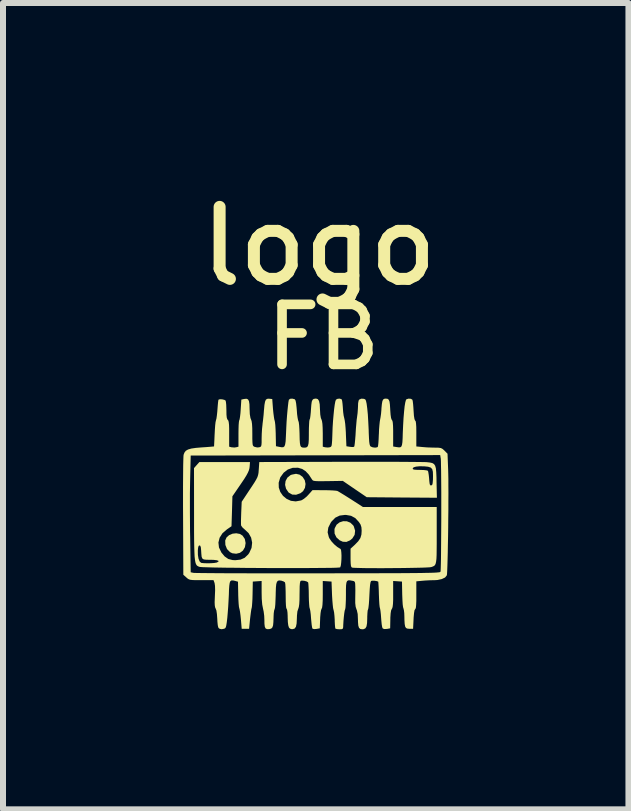
<source format=kicad_pcb>
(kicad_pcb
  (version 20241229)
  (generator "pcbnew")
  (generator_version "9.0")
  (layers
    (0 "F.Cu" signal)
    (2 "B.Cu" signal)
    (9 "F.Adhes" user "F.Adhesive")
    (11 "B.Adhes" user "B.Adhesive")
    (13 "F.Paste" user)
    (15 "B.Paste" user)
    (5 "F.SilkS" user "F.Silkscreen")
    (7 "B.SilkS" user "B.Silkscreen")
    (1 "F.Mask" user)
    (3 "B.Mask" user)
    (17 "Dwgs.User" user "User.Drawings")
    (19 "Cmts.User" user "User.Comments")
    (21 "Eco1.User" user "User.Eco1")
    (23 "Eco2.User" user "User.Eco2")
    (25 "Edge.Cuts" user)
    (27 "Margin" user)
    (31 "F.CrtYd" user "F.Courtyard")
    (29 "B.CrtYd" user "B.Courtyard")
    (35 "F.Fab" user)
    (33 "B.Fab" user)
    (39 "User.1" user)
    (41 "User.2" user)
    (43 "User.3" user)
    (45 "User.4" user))
  (footprint "logo"
    (layer "F.Cu")
    (at 2.267 5.553)
    (property "Reference" "logo" (at 0 -4.5 0) (layer "F.SilkS") (effects (font (size 1.2 1.2) (thickness 0.2) (bold yes))))
    (attr board_only exclude_from_pos_files exclude_from_bom)
    (fp_poly (pts (xy -1.32 0.295) (xy -1.275 0.323) (xy -1.237 0.379) (xy -1.224 0.447) (xy -1.235 0.515) (xy -1.268 0.572) (xy -1.319 0.61) (xy -1.381 0.625) (xy -1.446 0.617) (xy -1.484 0.598) (xy -1.534 0.547) (xy -1.561 0.479) (xy -1.564 0.405) (xy -1.542 0.354) (xy -1.499 0.315) (xy -1.442 0.291) (xy -1.38 0.284)) (stroke (width 0) (type solid)) (fill yes) (layer "F.SilkS"))
    (fp_poly (pts (xy -0.324 -0.693) (xy -0.274 -0.656) (xy -0.238 -0.6) (xy -0.225 -0.537) (xy -0.235 -0.473) (xy -0.266 -0.418) (xy -0.309 -0.384) (xy -0.382 -0.358) (xy -0.447 -0.361) (xy -0.504 -0.393) (xy -0.51 -0.399) (xy -0.55 -0.458) (xy -0.566 -0.523) (xy -0.558 -0.587) (xy -0.528 -0.643) (xy -0.477 -0.684) (xy -0.455 -0.693) (xy -0.384 -0.707)) (stroke (width 0) (type solid)) (fill yes) (layer "F.SilkS"))
    (fp_poly (pts (xy 0.463 0.084) (xy 0.521 0.107) (xy 0.568 0.151) (xy 0.579 0.169) (xy 0.601 0.241) (xy 0.593 0.309) (xy 0.556 0.369) (xy 0.516 0.402) (xy 0.456 0.428) (xy 0.396 0.425) (xy 0.343 0.401) (xy 0.289 0.352) (xy 0.259 0.289) (xy 0.257 0.219) (xy 0.262 0.198) (xy 0.293 0.14) (xy 0.342 0.102) (xy 0.401 0.083)) (stroke (width 0) (type solid)) (fill yes) (layer "F.SilkS"))
    (fp_poly (pts (xy 0.942 -0.907) (xy 1.117 -0.907) (xy 1.277 -0.907) (xy 1.42 -0.906) (xy 1.544 -0.905) (xy 1.646 -0.904) (xy 1.724 -0.903) (xy 1.775 -0.902) (xy 1.795 -0.901) (xy 1.848 -0.895) (xy 1.888 -0.886) (xy 1.916 -0.869) (xy 1.935 -0.841) (xy 1.947 -0.798) (xy 1.953 -0.734) (xy 1.957 -0.647) (xy 1.958 -0.572) (xy 1.964 -0.308) (xy 1.379 -0.312) (xy 0.795 -0.317) (xy 0.595 -0.453) (xy 0.396 -0.589) (xy 0.149 -0.585) (xy 0.055 -0.584) (xy -0.012 -0.584) (xy -0.058 -0.586) (xy -0.087 -0.59) (xy -0.104 -0.597) (xy -0.113 -0.607) (xy -0.115 -0.609) (xy -0.17 -0.693) (xy -0.224 -0.751) (xy -0.281 -0.788) (xy -0.303 -0.794) (xy 1.56 -0.794) (xy 1.566 -0.783) (xy 1.589 -0.776) (xy 1.633 -0.773) (xy 1.682 -0.772) (xy 1.744 -0.77) (xy 1.79 -0.765) (xy 1.814 -0.757) (xy 1.815 -0.756) (xy 1.821 -0.732) (xy 1.828 -0.688) (xy 1.833 -0.644) (xy 1.837 -0.59) (xy 1.842 -0.548) (xy 1.846 -0.529) (xy 1.861 -0.511) (xy 1.881 -0.519) (xy 1.89 -0.534) (xy 1.894 -0.561) (xy 1.898 -0.609) (xy 1.899 -0.667) (xy 1.899 -0.671) (xy 1.897 -0.74) (xy 1.886 -0.785) (xy 1.861 -0.811) (xy 1.817 -0.825) (xy 1.759 -0.831) (xy 1.681 -0.833) (xy 1.618 -0.827) (xy 1.576 -0.815) (xy 1.56 -0.796) (xy 1.56 -0.794) (xy -0.303 -0.794) (xy -0.346 -0.807) (xy -0.351 -0.808) (xy -0.438 -0.807) (xy -0.52 -0.779) (xy -0.59 -0.725) (xy -0.645 -0.649) (xy -0.649 -0.64) (xy -0.673 -0.558) (xy -0.671 -0.478) (xy -0.646 -0.404) (xy -0.601 -0.34) (xy -0.541 -0.29) (xy -0.469 -0.257) (xy -0.389 -0.247) (xy -0.306 -0.262) (xy -0.288 -0.268) (xy -0.251 -0.291) (xy -0.205 -0.329) (xy -0.174 -0.362) (xy -0.109 -0.435) (xy 0.083 -0.434) (xy 0.159 -0.433) (xy 0.226 -0.43) (xy 0.276 -0.426) (xy 0.303 -0.422) (xy 0.303 -0.422) (xy 0.326 -0.41) (xy 0.369 -0.384) (xy 0.428 -0.348) (xy 0.496 -0.305) (xy 0.531 -0.283) (xy 0.731 -0.154) (xy 1.346 -0.154) (xy 1.961 -0.154) (xy 1.961 0.314) (xy 1.961 0.451) (xy 1.96 0.562) (xy 1.959 0.647) (xy 1.956 0.712) (xy 1.95 0.76) (xy 1.942 0.793) (xy 1.931 0.815) (xy 1.915 0.829) (xy 1.896 0.838) (xy 1.871 0.847) (xy 1.87 0.847) (xy 1.844 0.851) (xy 1.792 0.854) (xy 1.717 0.857) (xy 1.624 0.859) (xy 1.517 0.861) (xy 1.399 0.863) (xy 1.275 0.864) (xy 1.149 0.865) (xy 1.025 0.866) (xy 0.907 0.865) (xy 0.799 0.865) (xy 0.705 0.863) (xy 0.63 0.861) (xy 0.577 0.859) (xy 0.55 0.856) (xy 0.549 0.855) (xy 0.538 0.846) (xy 0.531 0.823) (xy 0.527 0.783) (xy 0.525 0.719) (xy 0.525 0.693) (xy 0.525 0.541) (xy 0.596 0.476) (xy 0.653 0.417) (xy 0.689 0.363) (xy 0.706 0.305) (xy 0.71 0.242) (xy 0.706 0.183) (xy 0.691 0.137) (xy 0.664 0.096) (xy 0.604 0.031) (xy 0.534 -0.007) (xy 0.448 -0.022) (xy 0.432 -0.022) (xy 0.344 -0.011) (xy 0.271 0.024) (xy 0.209 0.087) (xy 0.195 0.107) (xy 0.154 0.189) (xy 0.143 0.268) (xy 0.163 0.348) (xy 0.174 0.371) (xy 0.207 0.419) (xy 0.253 0.469) (xy 0.304 0.512) (xy 0.349 0.54) (xy 0.357 0.544) (xy 0.366 0.561) (xy 0.371 0.601) (xy 0.374 0.655) (xy 0.373 0.715) (xy 0.369 0.773) (xy 0.363 0.82) (xy 0.354 0.849) (xy 0.351 0.853) (xy 0.331 0.855) (xy 0.284 0.858) (xy 0.212 0.86) (xy 0.117 0.861) (xy 0.004 0.862) (xy -0.126 0.863) (xy -0.268 0.864) (xy -0.421 0.864) (xy -0.581 0.864) (xy -0.746 0.864) (xy -0.912 0.863) (xy -1.076 0.862) (xy -1.235 0.861) (xy -1.387 0.859) (xy -1.529 0.858) (xy -1.657 0.856) (xy -1.768 0.854) (xy -1.861 0.851) (xy -1.931 0.849) (xy -1.975 0.846) (xy -1.991 0.844) (xy -2.01 0.837) (xy -2.027 0.828) (xy -2.041 0.815) (xy -2.052 0.795) (xy -2.061 0.766) (xy -2.068 0.725) (xy -2.074 0.671) (xy -2.077 0.599) (xy -2.078 0.571) (xy -2.02 0.571) (xy -2.019 0.644) (xy -2.009 0.707) (xy -1.99 0.754) (xy -1.966 0.776) (xy -1.965 0.777) (xy -1.924 0.782) (xy -1.867 0.784) (xy -1.804 0.783) (xy -1.747 0.779) (xy -1.707 0.772) (xy -1.703 0.771) (xy -1.675 0.755) (xy -1.677 0.743) (xy -1.705 0.733) (xy -1.759 0.727) (xy -1.815 0.726) (xy -1.88 0.725) (xy -1.921 0.72) (xy -1.945 0.705) (xy -1.957 0.675) (xy -1.962 0.622) (xy -1.965 0.571) (xy -1.97 0.519) (xy -1.979 0.493) (xy -1.992 0.486) (xy -2.007 0.495) (xy -2.016 0.526) (xy -2.02 0.571) (xy -2.078 0.571) (xy -2.08 0.509) (xy -2.082 0.397) (xy -2.083 0.261) (xy -2.083 0.098) (xy -2.083 -0.042) (xy -2.084 -0.802) (xy -2.039 -0.853) (xy -1.994 -0.903) (xy -1.573 -0.903) (xy -1.151 -0.903) (xy -1.156 -0.834) (xy -1.16 -0.8) (xy -1.169 -0.766) (xy -1.185 -0.728) (xy -1.21 -0.681) (xy -1.247 -0.621) (xy -1.299 -0.544) (xy -1.336 -0.49) (xy -1.444 -0.332) (xy -1.451 -0.082) (xy -1.459 0.167) (xy -1.535 0.219) (xy -1.61 0.284) (xy -1.657 0.358) (xy -1.677 0.438) (xy -1.668 0.52) (xy -1.63 0.6) (xy -1.629 0.603) (xy -1.573 0.67) (xy -1.513 0.712) (xy -1.443 0.73) (xy -1.397 0.733) (xy -1.309 0.723) (xy -1.24 0.693) (xy -1.182 0.638) (xy -1.163 0.611) (xy -1.125 0.528) (xy -1.115 0.441) (xy -1.132 0.357) (xy -1.174 0.282) (xy -1.235 0.224) (xy -1.272 0.192) (xy -1.296 0.16) (xy -1.3 0.149) (xy -1.301 0.121) (xy -1.301 0.069) (xy -1.299 0.002) (xy -1.297 -0.063) (xy -1.289 -0.241) (xy -1.172 -0.418) (xy -1.116 -0.502) (xy -1.075 -0.565) (xy -1.046 -0.614) (xy -1.027 -0.652) (xy -1.016 -0.687) (xy -1.009 -0.722) (xy -1.006 -0.763) (xy -1.004 -0.787) (xy -0.996 -0.903) (xy 0.355 -0.907) (xy 0.559 -0.907) (xy 0.755 -0.907)) (stroke (width 0) (type solid)) (fill yes) (layer "F.SilkS"))
    (fp_poly (pts (xy -0.02 -1.951) (xy -0.000454 -1.921) (xy 0.011 -1.866) (xy 0.015 -1.784) (xy 0.016 -1.771) (xy 0.02 -1.695) (xy 0.03 -1.637) (xy 0.039 -1.616) (xy 0.049 -1.586) (xy 0.056 -1.54) (xy 0.06 -1.473) (xy 0.062 -1.381) (xy 0.062 -1.365) (xy 0.062 -1.159) (xy 0.1 -1.149) (xy 0.147 -1.145) (xy 0.177 -1.149) (xy 0.192 -1.154) (xy 0.202 -1.162) (xy 0.21 -1.18) (xy 0.214 -1.212) (xy 0.218 -1.263) (xy 0.221 -1.338) (xy 0.222 -1.37) (xy 0.226 -1.481) (xy 0.233 -1.59) (xy 0.242 -1.692) (xy 0.251 -1.783) (xy 0.261 -1.858) (xy 0.271 -1.912) (xy 0.281 -1.94) (xy 0.281 -1.942) (xy 0.309 -1.957) (xy 0.345 -1.96) (xy 0.375 -1.949) (xy 0.379 -1.944) (xy 0.385 -1.921) (xy 0.391 -1.876) (xy 0.396 -1.818) (xy 0.397 -1.801) (xy 0.402 -1.735) (xy 0.41 -1.676) (xy 0.42 -1.634) (xy 0.421 -1.629) (xy 0.428 -1.596) (xy 0.436 -1.54) (xy 0.442 -1.468) (xy 0.447 -1.388) (xy 0.447 -1.374) (xy 0.456 -1.166) (xy 0.513 -1.157) (xy 0.554 -1.153) (xy 0.581 -1.156) (xy 0.584 -1.157) (xy 0.59 -1.175) (xy 0.596 -1.218) (xy 0.602 -1.279) (xy 0.608 -1.354) (xy 0.609 -1.374) (xy 0.614 -1.459) (xy 0.621 -1.54) (xy 0.627 -1.608) (xy 0.634 -1.655) (xy 0.634 -1.658) (xy 0.642 -1.718) (xy 0.647 -1.788) (xy 0.649 -1.829) (xy 0.651 -1.884) (xy 0.659 -1.925) (xy 0.667 -1.942) (xy 0.702 -1.959) (xy 0.746 -1.957) (xy 0.77 -1.947) (xy 0.782 -1.924) (xy 0.793 -1.874) (xy 0.803 -1.797) (xy 0.813 -1.696) (xy 0.82 -1.575) (xy 0.827 -1.436) (xy 0.828 -1.39) (xy 0.832 -1.302) (xy 0.836 -1.241) (xy 0.842 -1.2) (xy 0.85 -1.175) (xy 0.86 -1.162) (xy 0.86 -1.162) (xy 0.894 -1.148) (xy 0.935 -1.143) (xy 0.969 -1.149) (xy 0.98 -1.158) (xy 0.984 -1.178) (xy 0.989 -1.223) (xy 0.993 -1.286) (xy 0.996 -1.361) (xy 0.997 -1.37) (xy 1 -1.449) (xy 1.006 -1.521) (xy 1.012 -1.578) (xy 1.018 -1.613) (xy 1.018 -1.613) (xy 1.025 -1.65) (xy 1.033 -1.707) (xy 1.039 -1.774) (xy 1.04 -1.798) (xy 1.047 -1.871) (xy 1.056 -1.92) (xy 1.07 -1.947) (xy 1.093 -1.959) (xy 1.112 -1.96) (xy 1.141 -1.957) (xy 1.161 -1.942) (xy 1.174 -1.911) (xy 1.181 -1.86) (xy 1.186 -1.782) (xy 1.186 -1.777) (xy 1.192 -1.693) (xy 1.2 -1.637) (xy 1.211 -1.607) (xy 1.214 -1.604) (xy 1.223 -1.589) (xy 1.229 -1.558) (xy 1.233 -1.506) (xy 1.235 -1.43) (xy 1.235 -1.374) (xy 1.235 -1.162) (xy 1.29 -1.153) (xy 1.327 -1.148) (xy 1.353 -1.149) (xy 1.371 -1.161) (xy 1.382 -1.188) (xy 1.389 -1.234) (xy 1.393 -1.303) (xy 1.395 -1.379) (xy 1.401 -1.515) (xy 1.408 -1.637) (xy 1.417 -1.744) (xy 1.426 -1.832) (xy 1.437 -1.897) (xy 1.448 -1.937) (xy 1.455 -1.948) (xy 1.491 -1.96) (xy 1.53 -1.957) (xy 1.555 -1.942) (xy 1.561 -1.919) (xy 1.567 -1.873) (xy 1.572 -1.811) (xy 1.575 -1.761) (xy 1.581 -1.675) (xy 1.59 -1.62) (xy 1.6 -1.595) (xy 1.602 -1.594) (xy 1.611 -1.581) (xy 1.616 -1.547) (xy 1.62 -1.489) (xy 1.621 -1.404) (xy 1.621 -1.375) (xy 1.621 -1.163) (xy 1.726 -1.153) (xy 1.801 -1.147) (xy 1.885 -1.144) (xy 1.935 -1.143) (xy 1.993 -1.142) (xy 2.031 -1.136) (xy 2.058 -1.122) (xy 2.087 -1.097) (xy 2.091 -1.092) (xy 2.141 -1.042) (xy 2.151 -0.787) (xy 2.153 -0.715) (xy 2.155 -0.621) (xy 2.155 -0.51) (xy 2.156 -0.384) (xy 2.155 -0.248) (xy 2.155 -0.105) (xy 2.153 0.043) (xy 2.152 0.191) (xy 2.15 0.336) (xy 2.147 0.475) (xy 2.145 0.604) (xy 2.142 0.719) (xy 2.139 0.819) (xy 2.136 0.898) (xy 2.133 0.954) (xy 2.13 0.983) (xy 2.129 0.985) (xy 2.1 1.021) (xy 2.046 1.047) (xy 1.972 1.063) (xy 1.919 1.066) (xy 1.853 1.067) (xy 1.776 1.071) (xy 1.726 1.075) (xy 1.621 1.085) (xy 1.621 1.313) (xy 1.621 1.409) (xy 1.618 1.477) (xy 1.614 1.521) (xy 1.607 1.543) (xy 1.602 1.548) (xy 1.591 1.566) (xy 1.583 1.613) (xy 1.576 1.689) (xy 1.575 1.715) (xy 1.567 1.876) (xy 1.506 1.876) (xy 1.473 1.873) (xy 1.45 1.863) (xy 1.435 1.839) (xy 1.427 1.796) (xy 1.423 1.732) (xy 1.422 1.675) (xy 1.42 1.615) (xy 1.414 1.566) (xy 1.407 1.538) (xy 1.406 1.535) (xy 1.4 1.515) (xy 1.394 1.47) (xy 1.39 1.406) (xy 1.387 1.33) (xy 1.386 1.304) (xy 1.382 1.089) (xy 1.309 1.084) (xy 1.235 1.079) (xy 1.235 1.299) (xy 1.235 1.392) (xy 1.232 1.459) (xy 1.227 1.504) (xy 1.22 1.532) (xy 1.213 1.543) (xy 1.201 1.569) (xy 1.193 1.618) (xy 1.188 1.693) (xy 1.188 1.718) (xy 1.185 1.868) (xy 1.132 1.878) (xy 1.086 1.88) (xy 1.061 1.87) (xy 1.052 1.848) (xy 1.044 1.802) (xy 1.038 1.741) (xy 1.035 1.702) (xy 1.03 1.635) (xy 1.024 1.58) (xy 1.018 1.543) (xy 1.015 1.533) (xy 1.01 1.512) (xy 1.005 1.466) (xy 1.001 1.401) (xy 0.998 1.325) (xy 0.997 1.305) (xy 0.995 1.228) (xy 0.992 1.163) (xy 0.989 1.116) (xy 0.987 1.092) (xy 0.986 1.09) (xy 0.961 1.081) (xy 0.922 1.075) (xy 0.884 1.075) (xy 0.867 1.079) (xy 0.858 1.099) (xy 0.85 1.145) (xy 0.844 1.22) (xy 0.839 1.314) (xy 0.835 1.394) (xy 0.83 1.464) (xy 0.824 1.517) (xy 0.819 1.547) (xy 0.817 1.551) (xy 0.81 1.572) (xy 0.806 1.616) (xy 0.803 1.675) (xy 0.803 1.7) (xy 0.8 1.781) (xy 0.791 1.835) (xy 0.773 1.867) (xy 0.744 1.882) (xy 0.72 1.884) (xy 0.687 1.879) (xy 0.666 1.86) (xy 0.654 1.823) (xy 0.649 1.762) (xy 0.648 1.722) (xy 0.644 1.63) (xy 0.63 1.566) (xy 0.624 1.552) (xy 0.61 1.509) (xy 0.603 1.447) (xy 0.603 1.382) (xy 0.604 1.308) (xy 0.605 1.233) (xy 0.604 1.172) (xy 0.604 1.171) (xy 0.602 1.122) (xy 0.596 1.095) (xy 0.581 1.082) (xy 0.553 1.075) (xy 0.55 1.075) (xy 0.513 1.068) (xy 0.485 1.069) (xy 0.467 1.081) (xy 0.456 1.107) (xy 0.45 1.153) (xy 0.448 1.221) (xy 0.448 1.311) (xy 0.447 1.392) (xy 0.444 1.463) (xy 0.441 1.516) (xy 0.436 1.548) (xy 0.434 1.553) (xy 0.427 1.574) (xy 0.42 1.618) (xy 0.413 1.678) (xy 0.407 1.746) (xy 0.403 1.816) (xy 0.402 1.849) (xy 0.397 1.872) (xy 0.379 1.882) (xy 0.341 1.884) (xy 0.3 1.881) (xy 0.275 1.874) (xy 0.272 1.871) (xy 0.268 1.851) (xy 0.264 1.808) (xy 0.261 1.75) (xy 0.261 1.728) (xy 0.257 1.663) (xy 0.251 1.605) (xy 0.243 1.566) (xy 0.241 1.56) (xy 0.234 1.53) (xy 0.228 1.477) (xy 0.222 1.407) (xy 0.217 1.327) (xy 0.216 1.305) (xy 0.208 1.089) (xy 0.135 1.084) (xy 0.062 1.079) (xy 0.062 1.301) (xy 0.061 1.403) (xy 0.057 1.476) (xy 0.051 1.522) (xy 0.043 1.541) (xy 0.033 1.566) (xy 0.025 1.616) (xy 0.019 1.685) (xy 0.018 1.714) (xy 0.012 1.868) (xy -0.042 1.878) (xy -0.081 1.881) (xy -0.107 1.875) (xy -0.109 1.874) (xy -0.116 1.853) (xy -0.123 1.809) (xy -0.129 1.749) (xy -0.133 1.706) (xy -0.138 1.639) (xy -0.145 1.583) (xy -0.152 1.546) (xy -0.156 1.535) (xy -0.161 1.514) (xy -0.165 1.469) (xy -0.169 1.405) (xy -0.171 1.33) (xy -0.171 1.318) (xy -0.172 1.241) (xy -0.175 1.176) (xy -0.178 1.127) (xy -0.182 1.102) (xy -0.183 1.101) (xy -0.206 1.087) (xy -0.245 1.076) (xy -0.285 1.073) (xy -0.304 1.076) (xy -0.313 1.088) (xy -0.319 1.117) (xy -0.323 1.167) (xy -0.324 1.242) (xy -0.325 1.295) (xy -0.326 1.393) (xy -0.33 1.464) (xy -0.337 1.512) (xy -0.346 1.542) (xy -0.347 1.544) (xy -0.361 1.586) (xy -0.368 1.654) (xy -0.37 1.709) (xy -0.374 1.788) (xy -0.385 1.841) (xy -0.406 1.871) (xy -0.439 1.882) (xy -0.461 1.881) (xy -0.485 1.873) (xy -0.502 1.854) (xy -0.513 1.819) (xy -0.52 1.763) (xy -0.523 1.681) (xy -0.523 1.664) (xy -0.526 1.605) (xy -0.532 1.563) (xy -0.539 1.544) (xy -0.54 1.544) (xy -0.547 1.529) (xy -0.552 1.486) (xy -0.555 1.419) (xy -0.556 1.332) (xy -0.557 1.253) (xy -0.559 1.185) (xy -0.562 1.133) (xy -0.567 1.105) (xy -0.568 1.102) (xy -0.59 1.087) (xy -0.627 1.074) (xy -0.627 1.074) (xy -0.661 1.07) (xy -0.685 1.075) (xy -0.702 1.094) (xy -0.713 1.13) (xy -0.719 1.188) (xy -0.722 1.271) (xy -0.723 1.322) (xy -0.726 1.401) (xy -0.729 1.469) (xy -0.734 1.52) (xy -0.74 1.548) (xy -0.742 1.551) (xy -0.749 1.573) (xy -0.755 1.616) (xy -0.758 1.673) (xy -0.758 1.682) (xy -0.761 1.763) (xy -0.766 1.818) (xy -0.778 1.853) (xy -0.797 1.872) (xy -0.824 1.88) (xy -0.833 1.881) (xy -0.868 1.881) (xy -0.891 1.87) (xy -0.904 1.842) (xy -0.91 1.793) (xy -0.911 1.729) (xy -0.914 1.659) (xy -0.923 1.589) (xy -0.934 1.538) (xy -0.947 1.472) (xy -0.955 1.377) (xy -0.957 1.271) (xy -0.957 1.079) (xy -1.031 1.084) (xy -1.104 1.089) (xy -1.108 1.297) (xy -1.11 1.376) (xy -1.114 1.444) (xy -1.118 1.497) (xy -1.122 1.526) (xy -1.123 1.529) (xy -1.129 1.553) (xy -1.136 1.601) (xy -1.144 1.664) (xy -1.15 1.714) (xy -1.166 1.876) (xy -1.228 1.876) (xy -1.289 1.876) (xy -1.302 1.722) (xy -1.309 1.653) (xy -1.317 1.593) (xy -1.325 1.55) (xy -1.329 1.536) (xy -1.335 1.51) (xy -1.34 1.459) (xy -1.344 1.392) (xy -1.347 1.313) (xy -1.347 1.298) (xy -1.351 1.091) (xy -1.397 1.078) (xy -1.434 1.07) (xy -1.46 1.07) (xy -1.478 1.082) (xy -1.489 1.11) (xy -1.496 1.158) (xy -1.501 1.23) (xy -1.503 1.302) (xy -1.508 1.401) (xy -1.514 1.508) (xy -1.522 1.611) (xy -1.529 1.693) (xy -1.538 1.769) (xy -1.546 1.819) (xy -1.554 1.85) (xy -1.565 1.866) (xy -1.579 1.874) (xy -1.581 1.875) (xy -1.623 1.883) (xy -1.652 1.877) (xy -1.668 1.869) (xy -1.68 1.852) (xy -1.688 1.815) (xy -1.694 1.756) (xy -1.696 1.711) (xy -1.702 1.63) (xy -1.711 1.57) (xy -1.724 1.537) (xy -1.733 1.516) (xy -1.738 1.482) (xy -1.74 1.431) (xy -1.737 1.357) (xy -1.736 1.328) (xy -1.732 1.232) (xy -1.734 1.16) (xy -1.741 1.114) (xy -1.743 1.108) (xy -1.759 1.065) (xy -1.96 1.065) (xy -2.042 1.065) (xy -2.1 1.064) (xy -2.139 1.06) (xy -2.165 1.053) (xy -2.186 1.042) (xy -2.206 1.025) (xy -2.212 1.02) (xy -2.262 0.975) (xy -2.266 0.001) (xy -2.267 -0.171) (xy -2.267 -0.229) (xy -2.152 -0.229) (xy -2.152 -0.069) (xy -2.151 0.095) (xy -2.15 0.254) (xy -2.148 0.347) (xy -2.139 0.934) (xy -2.092 0.944) (xy -2.071 0.945) (xy -2.021 0.946) (xy -1.944 0.947) (xy -1.842 0.948) (xy -1.716 0.949) (xy -1.569 0.95) (xy -1.402 0.951) (xy -1.217 0.951) (xy -1.016 0.952) (xy -0.801 0.952) (xy -0.573 0.952) (xy -0.335 0.952) (xy -0.089 0.952) (xy -0.019 0.952) (xy 0.276 0.951) (xy 0.541 0.951) (xy 0.778 0.951) (xy 0.988 0.95) (xy 1.174 0.949) (xy 1.337 0.949) (xy 1.478 0.948) (xy 1.599 0.947) (xy 1.7 0.946) (xy 1.785 0.944) (xy 1.854 0.943) (xy 1.909 0.941) (xy 1.951 0.939) (xy 1.982 0.936) (xy 2.003 0.934) (xy 2.016 0.931) (xy 2.022 0.927) (xy 2.023 0.926) (xy 2.026 0.908) (xy 2.028 0.861) (xy 2.03 0.79) (xy 2.032 0.699) (xy 2.033 0.589) (xy 2.034 0.465) (xy 2.035 0.33) (xy 2.036 0.187) (xy 2.037 0.039) (xy 2.037 -0.11) (xy 2.037 -0.257) (xy 2.037 -0.4) (xy 2.036 -0.533) (xy 2.035 -0.655) (xy 2.034 -0.762) (xy 2.032 -0.85) (xy 2.031 -0.917) (xy 2.029 -0.959) (xy 2.027 -0.969) (xy 2.019 -1.019) (xy -0.06 -1.015) (xy -2.139 -1.011) (xy -2.148 -0.625) (xy -2.15 -0.515) (xy -2.152 -0.381) (xy -2.152 -0.229) (xy -2.267 -0.229) (xy -2.267 -0.335) (xy -2.267 -0.487) (xy -2.266 -0.627) (xy -2.265 -0.749) (xy -2.264 -0.853) (xy -2.262 -0.934) (xy -2.26 -0.991) (xy -2.258 -1.02) (xy -2.258 -1.022) (xy -2.243 -1.061) (xy -2.22 -1.091) (xy -2.183 -1.112) (xy -2.129 -1.128) (xy -2.053 -1.139) (xy -1.957 -1.147) (xy -1.882 -1.152) (xy -1.818 -1.157) (xy -1.773 -1.161) (xy -1.751 -1.163) (xy -1.75 -1.163) (xy -1.749 -1.179) (xy -1.747 -1.219) (xy -1.744 -1.279) (xy -1.741 -1.352) (xy -1.74 -1.368) (xy -1.736 -1.447) (xy -1.731 -1.516) (xy -1.725 -1.568) (xy -1.718 -1.598) (xy -1.718 -1.6) (xy -1.71 -1.627) (xy -1.703 -1.677) (xy -1.696 -1.741) (xy -1.693 -1.782) (xy -1.688 -1.847) (xy -1.683 -1.9) (xy -1.678 -1.934) (xy -1.676 -1.942) (xy -1.652 -1.95) (xy -1.614 -1.948) (xy -1.577 -1.939) (xy -1.557 -1.927) (xy -1.552 -1.903) (xy -1.547 -1.857) (xy -1.545 -1.796) (xy -1.544 -1.766) (xy -1.543 -1.692) (xy -1.538 -1.644) (xy -1.529 -1.615) (xy -1.521 -1.606) (xy -1.511 -1.592) (xy -1.505 -1.565) (xy -1.5 -1.522) (xy -1.498 -1.457) (xy -1.498 -1.373) (xy -1.498 -1.159) (xy -1.459 -1.149) (xy -1.413 -1.145) (xy -1.382 -1.149) (xy -1.343 -1.159) (xy -1.343 -1.374) (xy -1.342 -1.452) (xy -1.34 -1.519) (xy -1.336 -1.568) (xy -1.332 -1.594) (xy -1.33 -1.597) (xy -1.324 -1.615) (xy -1.317 -1.657) (xy -1.31 -1.717) (xy -1.306 -1.774) (xy -1.295 -1.944) (xy -1.249 -1.954) (xy -1.21 -1.958) (xy -1.184 -1.947) (xy -1.168 -1.918) (xy -1.16 -1.866) (xy -1.158 -1.793) (xy -1.154 -1.701) (xy -1.143 -1.636) (xy -1.135 -1.616) (xy -1.124 -1.585) (xy -1.117 -1.537) (xy -1.113 -1.468) (xy -1.112 -1.373) (xy -1.112 -1.372) (xy -1.112 -1.291) (xy -1.11 -1.234) (xy -1.107 -1.198) (xy -1.101 -1.177) (xy -1.091 -1.165) (xy -1.076 -1.157) (xy -1.074 -1.156) (xy -1.03 -1.146) (xy -0.997 -1.149) (xy -0.978 -1.155) (xy -0.966 -1.166) (xy -0.96 -1.188) (xy -0.957 -1.229) (xy -0.957 -1.293) (xy -0.955 -1.373) (xy -0.95 -1.457) (xy -0.942 -1.53) (xy -0.942 -1.536) (xy -0.933 -1.607) (xy -0.924 -1.691) (xy -0.918 -1.771) (xy -0.917 -1.776) (xy -0.91 -1.855) (xy -0.9 -1.909) (xy -0.887 -1.941) (xy -0.866 -1.956) (xy -0.837 -1.959) (xy -0.829 -1.958) (xy -0.78 -1.953) (xy -0.768 -1.791) (xy -0.761 -1.72) (xy -0.753 -1.659) (xy -0.746 -1.614) (xy -0.741 -1.598) (xy -0.735 -1.571) (xy -0.729 -1.521) (xy -0.725 -1.453) (xy -0.722 -1.376) (xy -0.722 -1.367) (xy -0.718 -1.167) (xy -0.658 -1.155) (xy -0.621 -1.149) (xy -0.595 -1.151) (xy -0.576 -1.166) (xy -0.565 -1.197) (xy -0.557 -1.248) (xy -0.553 -1.324) (xy -0.55 -1.387) (xy -0.546 -1.479) (xy -0.541 -1.576) (xy -0.534 -1.672) (xy -0.526 -1.762) (xy -0.518 -1.84) (xy -0.511 -1.9) (xy -0.504 -1.937) (xy -0.503 -1.941) (xy -0.482 -1.957) (xy -0.447 -1.96) (xy -0.411 -1.951) (xy -0.403 -1.947) (xy -0.391 -1.926) (xy -0.382 -1.88) (xy -0.374 -1.806) (xy -0.371 -1.771) (xy -0.366 -1.702) (xy -0.358 -1.643) (xy -0.35 -1.602) (xy -0.345 -1.588) (xy -0.338 -1.565) (xy -0.332 -1.518) (xy -0.328 -1.452) (xy -0.325 -1.374) (xy -0.325 -1.367) (xy -0.323 -1.279) (xy -0.319 -1.218) (xy -0.312 -1.179) (xy -0.3 -1.156) (xy -0.281 -1.146) (xy -0.254 -1.143) (xy -0.246 -1.143) (xy -0.218 -1.145) (xy -0.197 -1.155) (xy -0.184 -1.177) (xy -0.175 -1.215) (xy -0.171 -1.275) (xy -0.17 -1.359) (xy -0.17 -1.392) (xy -0.169 -1.47) (xy -0.166 -1.536) (xy -0.163 -1.585) (xy -0.158 -1.61) (xy -0.157 -1.612) (xy -0.15 -1.63) (xy -0.144 -1.672) (xy -0.138 -1.731) (xy -0.135 -1.777) (xy -0.129 -1.855) (xy -0.122 -1.908) (xy -0.109 -1.939) (xy -0.09 -1.955) (xy -0.061 -1.96) (xy -0.05 -1.961)) (stroke (width 0) (type solid)) (fill yes) (layer "F.SilkS"))
    (fp_text user "FB" (at -0.96 -2.4 0) (unlocked yes) (layer "F.SilkS") (effects (font (size 1 1) (thickness 0.16)) (justify left bottom))))
  (gr_rect
    (start -3 -3)
    (end 7.423 10.437)
    (stroke (width 0.1) (type default))
    (fill no)
    (layer "Edge.Cuts")))
</source>
